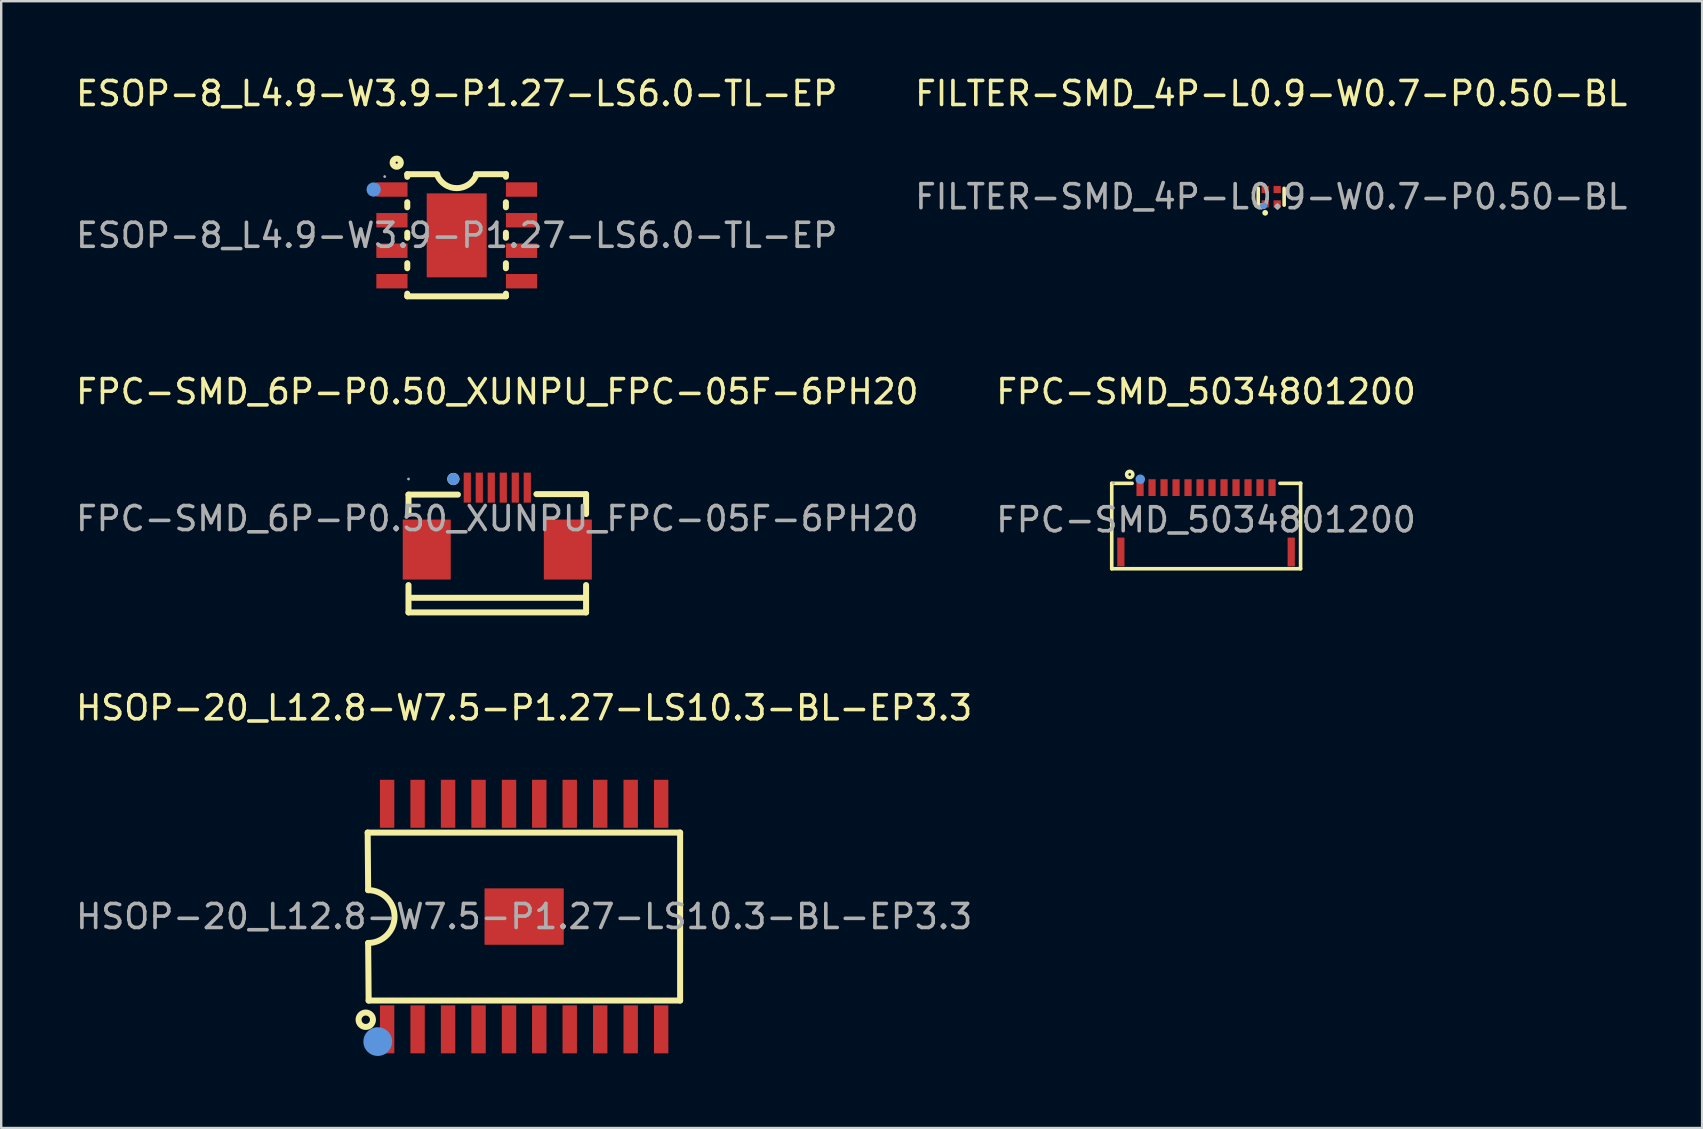
<source format=kicad_pcb>
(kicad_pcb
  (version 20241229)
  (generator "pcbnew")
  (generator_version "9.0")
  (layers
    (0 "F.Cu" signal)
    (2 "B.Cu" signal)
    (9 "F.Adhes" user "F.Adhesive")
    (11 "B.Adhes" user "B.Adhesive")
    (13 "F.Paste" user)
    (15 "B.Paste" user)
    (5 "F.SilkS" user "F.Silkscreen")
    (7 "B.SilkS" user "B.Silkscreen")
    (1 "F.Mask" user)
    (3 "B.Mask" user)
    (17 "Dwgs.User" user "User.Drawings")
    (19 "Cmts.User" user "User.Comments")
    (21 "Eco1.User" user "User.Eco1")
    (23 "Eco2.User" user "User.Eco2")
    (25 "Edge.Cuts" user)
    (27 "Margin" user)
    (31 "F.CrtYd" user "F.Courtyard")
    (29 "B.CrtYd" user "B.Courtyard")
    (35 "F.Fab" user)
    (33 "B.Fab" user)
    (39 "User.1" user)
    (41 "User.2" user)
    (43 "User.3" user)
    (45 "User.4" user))
  (footprint "HSOP-20_L12.8-W7.5-P1.27-LS10.3-BL-EP3.3"
    (layer "F.Cu")
    (at 18.792 35.145)
    (property "Reference" "HSOP-20_L12.8-W7.5-P1.27-LS10.3-BL-EP3.3" (at 0 -8.7 0) (layer "F.SilkS") (effects (font (size 1 1) (thickness 0.15))))
    (attr smd)
    (fp_line (start -6.52 -3.5) (end 6.5 -3.5) (stroke (width 0.25) (type solid)) (layer "F.SilkS"))
    (fp_line (start -6.5 -1.1) (end -6.52 -3.5) (stroke (width 0.25) (type solid)) (layer "F.SilkS"))
    (fp_line (start -6.48 3.5) (end -6.5 1.1) (stroke (width 0.25) (type solid)) (layer "F.SilkS"))
    (fp_line (start 6.5 3.5) (end -6.48 3.5) (stroke (width 0.25) (type solid)) (layer "F.SilkS"))
    (fp_line (start 6.5 3.5) (end 6.5 -3.5) (stroke (width 0.25) (type solid)) (layer "F.SilkS"))
    (fp_arc (start -6.5 -1.1) (mid -5.4 0) (end -6.5 1.1) (stroke (width 0.25) (type solid)) (layer "F.SilkS"))
    (fp_circle (center -6.6 4.3) (end -6.3 4.3) (stroke (width 0.25) (type solid)) (fill no) (layer "F.SilkS"))
    (fp_circle (center -6.1 5.21) (end -5.8 5.21) (stroke (width 0.6) (type solid)) (fill no) (layer "Cmts.User"))
    (fp_circle (center -6.4 5.2) (end -6.37 5.2) (stroke (width 0.06) (type solid)) (fill no) (layer "F.Fab"))
    (fp_text user "${REFERENCE}" (at 0 0 0) (layer "F.Fab") (effects (font (size 1 1) (thickness 0.15))))
    (pad "1" smd rect (at -5.71 4.7 180) (size 0.6 2) (layers "F.Cu" "F.Mask" "F.Paste"))
    (pad "2" smd rect (at -4.44 4.7 180) (size 0.6 2) (layers "F.Cu" "F.Mask" "F.Paste"))
    (pad "3" smd rect (at -3.17 4.7 180) (size 0.6 2) (layers "F.Cu" "F.Mask" "F.Paste"))
    (pad "4" smd rect (at -1.9 4.7 180) (size 0.6 2) (layers "F.Cu" "F.Mask" "F.Paste"))
    (pad "5" smd rect (at -0.63 4.7 180) (size 0.6 2) (layers "F.Cu" "F.Mask" "F.Paste"))
    (pad "6" smd rect (at 0.63 4.7 180) (size 0.6 2) (layers "F.Cu" "F.Mask" "F.Paste"))
    (pad "7" smd rect (at 1.9 4.7 180) (size 0.6 2) (layers "F.Cu" "F.Mask" "F.Paste"))
    (pad "8" smd rect (at 3.17 4.7 180) (size 0.6 2) (layers "F.Cu" "F.Mask" "F.Paste"))
    (pad "9" smd rect (at 4.44 4.7 180) (size 0.6 2) (layers "F.Cu" "F.Mask" "F.Paste"))
    (pad "10" smd rect (at 5.71 4.7 180) (size 0.6 2) (layers "F.Cu" "F.Mask" "F.Paste"))
    (pad "11" smd rect (at 5.71 -4.7 180) (size 0.6 2) (layers "F.Cu" "F.Mask" "F.Paste"))
    (pad "12" smd rect (at 4.44 -4.7 180) (size 0.6 2) (layers "F.Cu" "F.Mask" "F.Paste"))
    (pad "13" smd rect (at 3.17 -4.7 180) (size 0.6 2) (layers "F.Cu" "F.Mask" "F.Paste"))
    (pad "14" smd rect (at 1.9 -4.7 180) (size 0.6 2) (layers "F.Cu" "F.Mask" "F.Paste"))
    (pad "15" smd rect (at 0.63 -4.7 180) (size 0.6 2) (layers "F.Cu" "F.Mask" "F.Paste"))
    (pad "16" smd rect (at -0.63 -4.7 180) (size 0.6 2) (layers "F.Cu" "F.Mask" "F.Paste"))
    (pad "17" smd rect (at -1.9 -4.7 180) (size 0.6 2) (layers "F.Cu" "F.Mask" "F.Paste"))
    (pad "18" smd rect (at -3.17 -4.7 180) (size 0.6 2) (layers "F.Cu" "F.Mask" "F.Paste"))
    (pad "19" smd rect (at -4.44 -4.7 180) (size 0.6 2) (layers "F.Cu" "F.Mask" "F.Paste"))
    (pad "20" smd rect (at -5.71 -4.7 180) (size 0.6 2) (layers "F.Cu" "F.Mask" "F.Paste"))
    (pad "21" smd rect (at 0 0) (size 3.3 2.35) (layers "F.Cu" "F.Mask" "F.Paste")))
  (footprint "FPC-SMD_6P-P0.50_XUNPU_FPC-05F-6PH20"
    (layer "F.Cu")
    (at 17.673 18.561)
    (property "Reference" "FPC-SMD_6P-P0.50_XUNPU_FPC-05F-6PH20" (at 0 -5.29 0) (layer "F.SilkS") (effects (font (size 1 1) (thickness 0.15))))
    (attr smd)
    (fp_line (start -3.7 -1) (end -1.64 -1) (stroke (width 0.25) (type solid)) (layer "F.SilkS"))
    (fp_line (start -3.7 -0.19) (end -3.7 -1) (stroke (width 0.25) (type solid)) (layer "F.SilkS"))
    (fp_line (start -3.7 3.91) (end -3.7 2.77) (stroke (width 0.25) (type solid)) (layer "F.SilkS"))
    (fp_line (start -3.7 3.91) (end 3.7 3.91) (stroke (width 0.25) (type solid)) (layer "F.SilkS"))
    (fp_line (start -3.55 3.3) (end 3.7 3.3) (stroke (width 0.25) (type solid)) (layer "F.SilkS"))
    (fp_line (start 3.7 -1.02) (end 1.63 -1.02) (stroke (width 0.25) (type solid)) (layer "F.SilkS"))
    (fp_line (start 3.7 -0.19) (end 3.7 -1.02) (stroke (width 0.25) (type solid)) (layer "F.SilkS"))
    (fp_line (start 3.7 3.91) (end 3.7 2.77) (stroke (width 0.25) (type solid)) (layer "F.SilkS"))
    (fp_circle (center -1.83 -1.65) (end -1.7 -1.65) (stroke (width 0.25) (type solid)) (fill no) (layer "F.SilkS"))
    (fp_circle (center -1.83 -1.65) (end -1.7 -1.65) (stroke (width 0.25) (type solid)) (fill no) (layer "Cmts.User"))
    (fp_circle (center -3.7 -1.65) (end -3.67 -1.65) (stroke (width 0.06) (type solid)) (fill no) (layer "F.Fab"))
    (fp_text user "${REFERENCE}" (at 0 0 0) (layer "F.Fab") (effects (font (size 1 1) (thickness 0.15))))
    (pad "1" smd rect (at -1.25 -1.29) (size 0.3 1.25) (layers "F.Cu" "F.Mask" "F.Paste"))
    (pad "2" smd rect (at -0.75 -1.29) (size 0.3 1.25) (layers "F.Cu" "F.Mask" "F.Paste"))
    (pad "3" smd rect (at -0.25 -1.29) (size 0.3 1.25) (layers "F.Cu" "F.Mask" "F.Paste"))
    (pad "4" smd rect (at 0.25 -1.29) (size 0.3 1.25) (layers "F.Cu" "F.Mask" "F.Paste"))
    (pad "5" smd rect (at 0.75 -1.29) (size 0.3 1.25) (layers "F.Cu" "F.Mask" "F.Paste"))
    (pad "6" smd rect (at 1.25 -1.29) (size 0.3 1.25) (layers "F.Cu" "F.Mask" "F.Paste"))
    (pad "7" smd rect (at 2.94 1.29) (size 2 2.5) (layers "F.Cu" "F.Mask" "F.Paste"))
    (pad "8" smd rect (at -2.94 1.29) (size 2 2.5) (layers "F.Cu" "F.Mask" "F.Paste")))
  (footprint "FILTER-SMD_4P-L0.9-W0.7-P0.50-BL"
    (layer "F.Cu")
    (at 49.923 5.148)
    (property "Reference" "FILTER-SMD_4P-L0.9-W0.7-P0.50-BL" (at 0 -4.3 0) (layer "F.SilkS") (effects (font (size 1 1) (thickness 0.15))))
    (attr smd)
    (fp_line (start -0.54 -0.35) (end -0.54 0.35) (stroke (width 0.15) (type solid)) (layer "F.SilkS"))
    (fp_line (start 0.54 -0.35) (end 0.54 0.35) (stroke (width 0.15) (type solid)) (layer "F.SilkS"))
    (fp_circle (center -0.25 0.67) (end -0.19 0.67) (stroke (width 0.12) (type solid)) (fill no) (layer "F.SilkS"))
    (fp_circle (center -0.31 0.38) (end -0.24 0.38) (stroke (width 0.14) (type solid)) (fill no) (layer "Cmts.User"))
    (fp_circle (center -0.42 0.32) (end -0.39 0.32) (stroke (width 0.06) (type solid)) (fill no) (layer "F.Fab"))
    (fp_text user "${REFERENCE}" (at 0 0 0) (layer "F.Fab") (effects (font (size 1 1) (thickness 0.15))))
    (pad "1" smd rect (at -0.25 0.3 90) (size 0.3 0.3) (layers "F.Cu" "F.Mask" "F.Paste"))
    (pad "2" smd rect (at 0.25 0.3 90) (size 0.3 0.3) (layers "F.Cu" "F.Mask" "F.Paste"))
    (pad "3" smd rect (at 0.25 -0.3 90) (size 0.3 0.3) (layers "F.Cu" "F.Mask" "F.Paste"))
    (pad "4" smd rect (at -0.25 -0.3 90) (size 0.3 0.3) (layers "F.Cu" "F.Mask" "F.Paste")))
  (footprint "ESOP-8_L4.9-W3.9-P1.27-LS6.0-TL-EP"
    (layer "F.Cu")
    (at 15.982 6.758)
    (property "Reference" "ESOP-8_L4.9-W3.9-P1.27-LS6.0-TL-EP" (at 0 -5.91 0) (layer "F.SilkS") (effects (font (size 1 1) (thickness 0.15))))
    (attr smd)
    (fp_line (start -2.06 -2.55) (end -2.06 -2.44) (stroke (width 0.25) (type solid)) (layer "F.SilkS"))
    (fp_line (start -2.06 -1.38) (end -2.06 -1.17) (stroke (width 0.25) (type solid)) (layer "F.SilkS"))
    (fp_line (start -2.06 -0.11) (end -2.06 0.1) (stroke (width 0.25) (type solid)) (layer "F.SilkS"))
    (fp_line (start -2.06 1.16) (end -2.06 1.37) (stroke (width 0.25) (type solid)) (layer "F.SilkS"))
    (fp_line (start -2.06 2.43) (end -2.06 2.54) (stroke (width 0.25) (type solid)) (layer "F.SilkS"))
    (fp_line (start -0.81 -2.55) (end -2.06 -2.55) (stroke (width 0.25) (type solid)) (layer "F.SilkS"))
    (fp_line (start 0.8 -2.55) (end 2.05 -2.55) (stroke (width 0.25) (type solid)) (layer "F.SilkS"))
    (fp_line (start 2.05 -2.55) (end 2.05 -2.44) (stroke (width 0.25) (type solid)) (layer "F.SilkS"))
    (fp_line (start 2.05 -1.38) (end 2.05 -1.17) (stroke (width 0.25) (type solid)) (layer "F.SilkS"))
    (fp_line (start 2.05 -0.11) (end 2.05 0.1) (stroke (width 0.25) (type solid)) (layer "F.SilkS"))
    (fp_line (start 2.05 1.16) (end 2.05 1.37) (stroke (width 0.25) (type solid)) (layer "F.SilkS"))
    (fp_line (start 2.05 2.43) (end 2.05 2.54) (stroke (width 0.25) (type solid)) (layer "F.SilkS"))
    (fp_line (start 2.05 2.54) (end -2.06 2.54) (stroke (width 0.25) (type solid)) (layer "F.SilkS"))
    (fp_arc (start 0.804328 -2.487155) (mid -0.007021 -1.967645) (end -0.81 -2.5) (stroke (width 0.25) (type solid)) (layer "F.SilkS"))
    (fp_circle (center -2.5 -3.03) (end -2.33 -3.03) (stroke (width 0.25) (type solid)) (fill no) (layer "F.SilkS"))
    (fp_circle (center -3.46 -1.91) (end -3.31 -1.91) (stroke (width 0.3) (type solid)) (fill no) (layer "Cmts.User"))
    (fp_circle (center -3 -2.45) (end -2.97 -2.45) (stroke (width 0.06) (type solid)) (fill no) (layer "F.Fab"))
    (fp_text user "${REFERENCE}" (at 0 0 0) (layer "F.Fab") (effects (font (size 1 1) (thickness 0.15))))
    (pad "1" smd rect (at -2.7 -1.91) (size 1.3 0.6) (layers "F.Cu" "F.Mask" "F.Paste"))
    (pad "2" smd rect (at -2.7 -0.63) (size 1.3 0.6) (layers "F.Cu" "F.Mask" "F.Paste"))
    (pad "3" smd rect (at -2.7 0.64) (size 1.3 0.6) (layers "F.Cu" "F.Mask" "F.Paste"))
    (pad "4" smd rect (at -2.7 1.91) (size 1.3 0.6) (layers "F.Cu" "F.Mask" "F.Paste"))
    (pad "5" smd rect (at 2.7 1.91) (size 1.3 0.6) (layers "F.Cu" "F.Mask" "F.Paste"))
    (pad "6" smd rect (at 2.7 0.64) (size 1.3 0.6) (layers "F.Cu" "F.Mask" "F.Paste"))
    (pad "7" smd rect (at 2.7 -0.63) (size 1.3 0.6) (layers "F.Cu" "F.Mask" "F.Paste"))
    (pad "8" smd rect (at 2.7 -1.91) (size 1.3 0.6) (layers "F.Cu" "F.Mask" "F.Paste"))
    (pad "9" smd rect (at 0 0) (size 2.5 3.5) (layers "F.Cu" "F.Mask" "F.Paste")))
  (footprint "FPC-SMD_5034801200"
    (layer "F.Cu")
    (at 47.208 18.611)
    (property "Reference" "FPC-SMD_5034801200" (at 0 -5.34 0) (layer "F.SilkS") (effects (font (size 1 1) (thickness 0.15))))
    (attr smd)
    (fp_line (start -3.93 -1.52) (end -3.08 -1.52) (stroke (width 0.15) (type solid)) (layer "F.SilkS"))
    (fp_line (start -3.93 2.04) (end -3.93 -1.52) (stroke (width 0.15) (type solid)) (layer "F.SilkS"))
    (fp_line (start 3.08 -1.52) (end 3.94 -1.52) (stroke (width 0.15) (type solid)) (layer "F.SilkS"))
    (fp_line (start 3.94 -1.52) (end 3.94 -1.52) (stroke (width 0.15) (type solid)) (layer "F.SilkS"))
    (fp_line (start 3.94 -1.52) (end 3.94 2.04) (stroke (width 0.15) (type solid)) (layer "F.SilkS"))
    (fp_line (start 3.94 2.04) (end -3.93 2.04) (stroke (width 0.15) (type solid)) (layer "F.SilkS"))
    (fp_circle (center -3.18 -1.89) (end -3.05 -1.89) (stroke (width 0.15) (type solid)) (fill no) (layer "F.SilkS"))
    (fp_circle (center -2.74 -1.69) (end -2.64 -1.69) (stroke (width 0.2) (type solid)) (fill no) (layer "Cmts.User"))
    (fp_circle (center -3.85 -1.53) (end -3.82 -1.53) (stroke (width 0.06) (type solid)) (fill no) (layer "F.Fab"))
    (fp_text user "${REFERENCE}" (at 0 0 0) (layer "F.Fab") (effects (font (size 1 1) (thickness 0.15))))
    (pad "1" smd rect (at -2.75 -1.34 180) (size 0.3 0.7) (layers "F.Cu" "F.Mask" "F.Paste"))
    (pad "2" smd rect (at -2.25 -1.34 180) (size 0.3 0.7) (layers "F.Cu" "F.Mask" "F.Paste"))
    (pad "3" smd rect (at -1.75 -1.34 180) (size 0.3 0.7) (layers "F.Cu" "F.Mask" "F.Paste"))
    (pad "4" smd rect (at -1.25 -1.34 180) (size 0.3 0.7) (layers "F.Cu" "F.Mask" "F.Paste"))
    (pad "5" smd rect (at -0.75 -1.34 180) (size 0.3 0.7) (layers "F.Cu" "F.Mask" "F.Paste"))
    (pad "6" smd rect (at -0.25 -1.34 180) (size 0.3 0.7) (layers "F.Cu" "F.Mask" "F.Paste"))
    (pad "7" smd rect (at 0.25 -1.34 180) (size 0.3 0.7) (layers "F.Cu" "F.Mask" "F.Paste"))
    (pad "8" smd rect (at 0.75 -1.34 180) (size 0.3 0.7) (layers "F.Cu" "F.Mask" "F.Paste"))
    (pad "9" smd rect (at 1.25 -1.34 180) (size 0.3 0.7) (layers "F.Cu" "F.Mask" "F.Paste"))
    (pad "10" smd rect (at 1.75 -1.34 180) (size 0.3 0.7) (layers "F.Cu" "F.Mask" "F.Paste"))
    (pad "11" smd rect (at 2.25 -1.34 180) (size 0.3 0.7) (layers "F.Cu" "F.Mask" "F.Paste"))
    (pad "12" smd rect (at 2.75 -1.34 180) (size 0.3 0.7) (layers "F.Cu" "F.Mask" "F.Paste"))
    (pad "13" smd rect (at 3.55 1.34 180) (size 0.3 1.2) (layers "F.Cu" "F.Mask" "F.Paste"))
    (pad "14" smd rect (at -3.55 1.34) (size 0.3 1.2) (layers "F.Cu" "F.Mask" "F.Paste")))
  (gr_rect
    (start -3 -3)
    (end 67.881 43.955)
    (stroke (width 0.1) (type default))
    (fill no)
    (layer "Edge.Cuts")))
</source>
